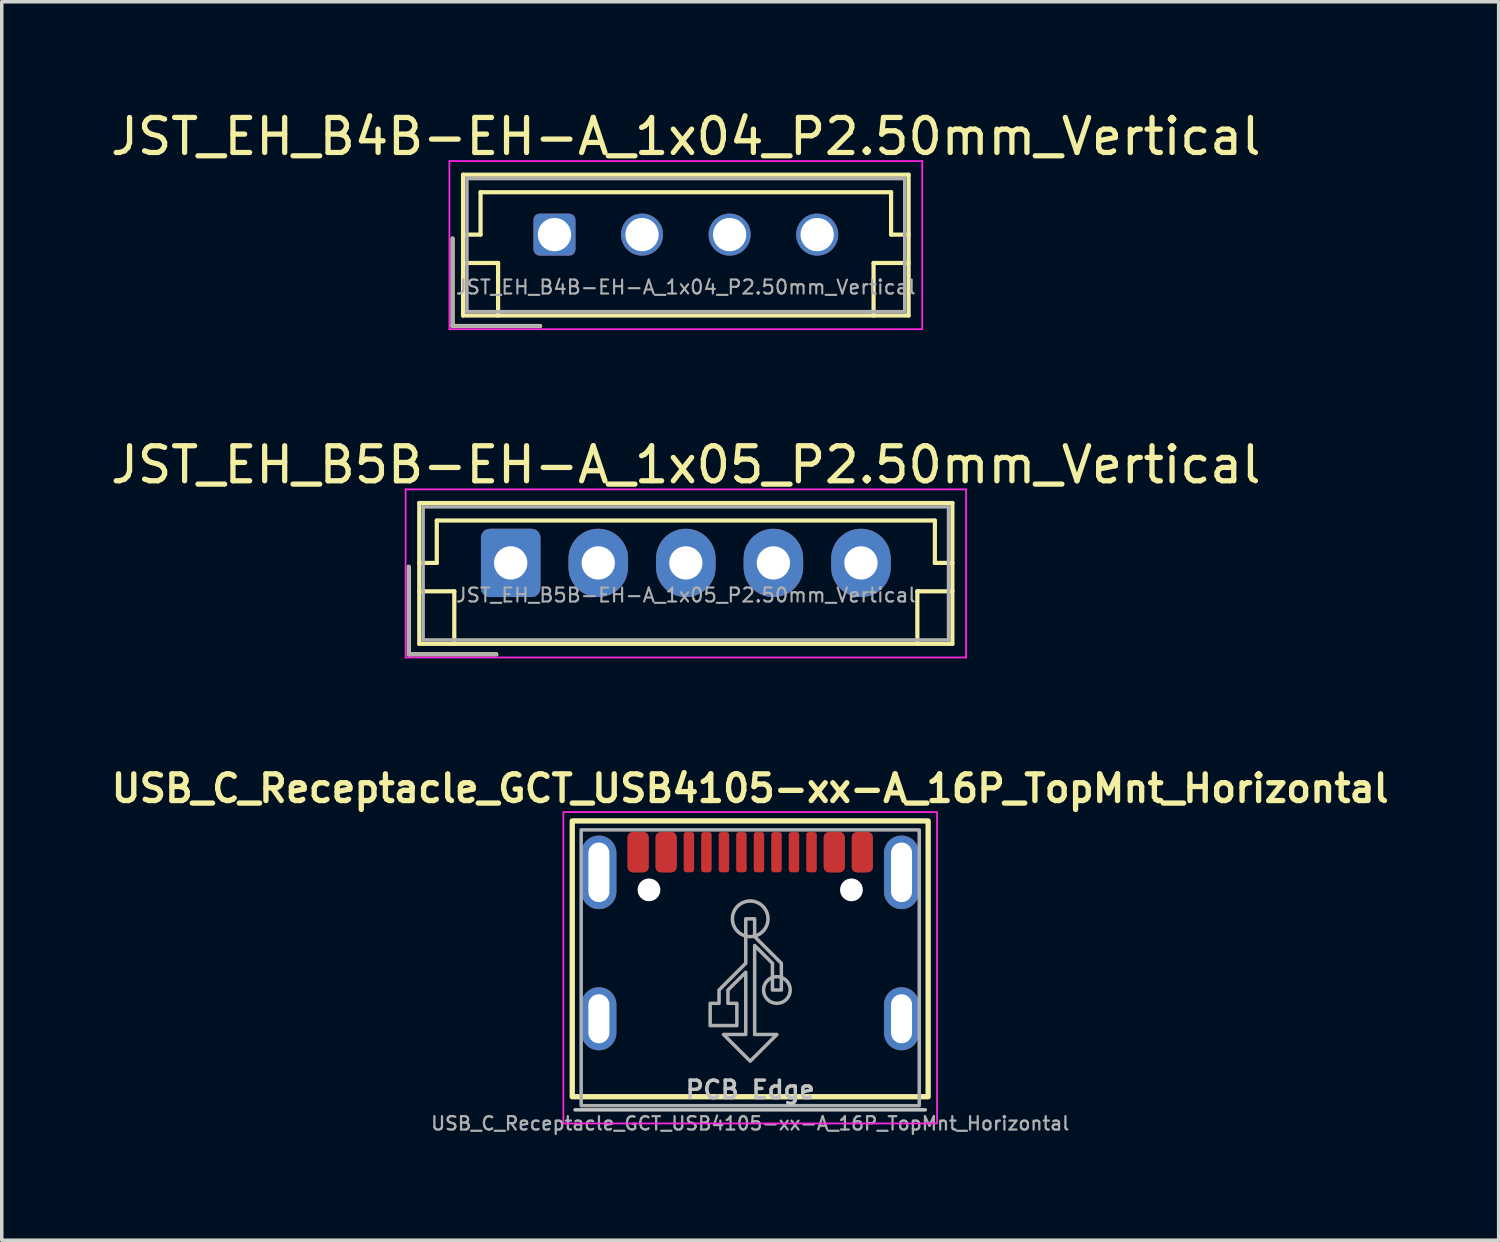
<source format=kicad_pcb>
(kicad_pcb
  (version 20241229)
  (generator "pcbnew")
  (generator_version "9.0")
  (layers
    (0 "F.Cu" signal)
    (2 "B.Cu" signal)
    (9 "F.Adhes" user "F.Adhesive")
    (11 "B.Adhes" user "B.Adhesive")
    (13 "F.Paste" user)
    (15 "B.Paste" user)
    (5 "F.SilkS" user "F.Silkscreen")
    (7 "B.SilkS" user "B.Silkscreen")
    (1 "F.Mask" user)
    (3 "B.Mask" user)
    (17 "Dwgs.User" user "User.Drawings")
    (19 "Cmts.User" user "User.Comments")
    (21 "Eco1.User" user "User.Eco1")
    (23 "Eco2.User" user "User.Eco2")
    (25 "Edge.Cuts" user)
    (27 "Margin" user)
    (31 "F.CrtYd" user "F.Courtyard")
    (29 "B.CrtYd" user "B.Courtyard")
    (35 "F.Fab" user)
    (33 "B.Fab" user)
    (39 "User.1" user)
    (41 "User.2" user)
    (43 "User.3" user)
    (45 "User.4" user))
  (footprint "JST_EH_B5B-EH-A_1x05_P2.50mm_Vertical"
    (layer "F.Cu")
    (at 11.53 13.021)
    (property "Reference" "JST_EH_B5B-EH-A_1x05_P2.50mm_Vertical" (at 5 -2.8 0) (layer "F.SilkS") (effects (font (size 1 1) (thickness 0.15))))
    (attr through_hole)
    (fp_line (start -2.91 0.11) (end -2.91 2.61) (stroke (width 0.12) (type solid)) (layer "F.SilkS"))
    (fp_line (start -2.91 2.61) (end -0.41 2.61) (stroke (width 0.12) (type solid)) (layer "F.SilkS"))
    (fp_line (start -2.61 -1.71) (end -2.61 2.31) (stroke (width 0.12) (type solid)) (layer "F.SilkS"))
    (fp_line (start -2.61 0) (end -2.11 0) (stroke (width 0.12) (type solid)) (layer "F.SilkS"))
    (fp_line (start -2.61 0.81) (end -1.61 0.81) (stroke (width 0.12) (type solid)) (layer "F.SilkS"))
    (fp_line (start -2.61 2.31) (end 12.61 2.31) (stroke (width 0.12) (type solid)) (layer "F.SilkS"))
    (fp_line (start -2.11 -1.21) (end 12.11 -1.21) (stroke (width 0.12) (type solid)) (layer "F.SilkS"))
    (fp_line (start -2.11 0) (end -2.11 -1.21) (stroke (width 0.12) (type solid)) (layer "F.SilkS"))
    (fp_line (start -1.61 0.81) (end -1.61 2.31) (stroke (width 0.12) (type solid)) (layer "F.SilkS"))
    (fp_line (start 11.61 0.81) (end 11.61 2.31) (stroke (width 0.12) (type solid)) (layer "F.SilkS"))
    (fp_line (start 12.11 -1.21) (end 12.11 0) (stroke (width 0.12) (type solid)) (layer "F.SilkS"))
    (fp_line (start 12.11 0) (end 12.61 0) (stroke (width 0.12) (type solid)) (layer "F.SilkS"))
    (fp_line (start 12.61 -1.71) (end -2.61 -1.71) (stroke (width 0.12) (type solid)) (layer "F.SilkS"))
    (fp_line (start 12.61 0.81) (end 11.61 0.81) (stroke (width 0.12) (type solid)) (layer "F.SilkS"))
    (fp_line (start 12.61 2.31) (end 12.61 -1.71) (stroke (width 0.12) (type solid)) (layer "F.SilkS"))
    (fp_line (start -3 -2.1) (end -3 2.7) (stroke (width 0.05) (type solid)) (layer "F.CrtYd"))
    (fp_line (start -3 2.7) (end 13 2.7) (stroke (width 0.05) (type solid)) (layer "F.CrtYd"))
    (fp_line (start 13 -2.1) (end -3 -2.1) (stroke (width 0.05) (type solid)) (layer "F.CrtYd"))
    (fp_line (start 13 2.7) (end 13 -2.1) (stroke (width 0.05) (type solid)) (layer "F.CrtYd"))
    (fp_line (start -2.91 0.11) (end -2.91 2.61) (stroke (width 0.1) (type solid)) (layer "F.Fab"))
    (fp_line (start -2.91 2.61) (end -0.41 2.61) (stroke (width 0.1) (type solid)) (layer "F.Fab"))
    (fp_line (start -2.5 -1.6) (end -2.5 2.2) (stroke (width 0.1) (type solid)) (layer "F.Fab"))
    (fp_line (start -2.5 2.2) (end 12.5 2.2) (stroke (width 0.1) (type solid)) (layer "F.Fab"))
    (fp_line (start 12.5 -1.6) (end -2.5 -1.6) (stroke (width 0.1) (type solid)) (layer "F.Fab"))
    (fp_line (start 12.5 2.2) (end 12.5 -1.6) (stroke (width 0.1) (type solid)) (layer "F.Fab"))
    (fp_text user "${REFERENCE}" (at 5 0.92 0) (layer "F.Fab") (effects (font (size 0.4 0.4) (thickness 0.06))))
    (pad "1" thru_hole roundrect (at 0 0) (size 1.7 1.95) (drill 0.95) (layers "*.Cu" "*.Mask") (roundrect_rratio 0.147))
    (pad "2" thru_hole oval (at 2.5 0) (size 1.7 1.95) (drill 0.95) (layers "*.Cu" "*.Mask"))
    (pad "3" thru_hole oval (at 5 0) (size 1.7 1.95) (drill 0.95) (layers "*.Cu" "*.Mask"))
    (pad "4" thru_hole oval (at 7.5 0) (size 1.7 1.95) (drill 0.95) (layers "*.Cu" "*.Mask"))
    (pad "5" thru_hole oval (at 10 0) (size 1.7 1.95) (drill 0.95) (layers "*.Cu" "*.Mask")))
  (footprint "JST_EH_B4B-EH-A_1x04_P2.50mm_Vertical"
    (layer "F.Cu")
    (at 12.78 3.648)
    (property "Reference" "JST_EH_B4B-EH-A_1x04_P2.50mm_Vertical" (at 3.75 -2.8 0) (layer "F.SilkS") (effects (font (size 1 1) (thickness 0.15))))
    (attr through_hole)
    (fp_line (start -2.91 0.11) (end -2.91 2.61) (stroke (width 0.12) (type solid)) (layer "F.SilkS"))
    (fp_line (start -2.91 2.61) (end -0.41 2.61) (stroke (width 0.12) (type solid)) (layer "F.SilkS"))
    (fp_line (start -2.61 -1.71) (end -2.61 2.31) (stroke (width 0.12) (type solid)) (layer "F.SilkS"))
    (fp_line (start -2.61 0) (end -2.11 0) (stroke (width 0.12) (type solid)) (layer "F.SilkS"))
    (fp_line (start -2.61 0.81) (end -1.61 0.81) (stroke (width 0.12) (type solid)) (layer "F.SilkS"))
    (fp_line (start -2.61 2.31) (end 10.11 2.31) (stroke (width 0.12) (type solid)) (layer "F.SilkS"))
    (fp_line (start -2.11 -1.21) (end 9.61 -1.21) (stroke (width 0.12) (type solid)) (layer "F.SilkS"))
    (fp_line (start -2.11 0) (end -2.11 -1.21) (stroke (width 0.12) (type solid)) (layer "F.SilkS"))
    (fp_line (start -1.61 0.81) (end -1.61 2.31) (stroke (width 0.12) (type solid)) (layer "F.SilkS"))
    (fp_line (start 9.11 0.81) (end 9.11 2.31) (stroke (width 0.12) (type solid)) (layer "F.SilkS"))
    (fp_line (start 9.61 -1.21) (end 9.61 0) (stroke (width 0.12) (type solid)) (layer "F.SilkS"))
    (fp_line (start 9.61 0) (end 10.11 0) (stroke (width 0.12) (type solid)) (layer "F.SilkS"))
    (fp_line (start 10.11 -1.71) (end -2.61 -1.71) (stroke (width 0.12) (type solid)) (layer "F.SilkS"))
    (fp_line (start 10.11 0.81) (end 9.11 0.81) (stroke (width 0.12) (type solid)) (layer "F.SilkS"))
    (fp_line (start 10.11 2.31) (end 10.11 -1.71) (stroke (width 0.12) (type solid)) (layer "F.SilkS"))
    (fp_line (start -3 -2.1) (end -3 2.7) (stroke (width 0.05) (type solid)) (layer "F.CrtYd"))
    (fp_line (start -3 2.7) (end 10.5 2.7) (stroke (width 0.05) (type solid)) (layer "F.CrtYd"))
    (fp_line (start 10.5 -2.1) (end -3 -2.1) (stroke (width 0.05) (type solid)) (layer "F.CrtYd"))
    (fp_line (start 10.5 2.7) (end 10.5 -2.1) (stroke (width 0.05) (type solid)) (layer "F.CrtYd"))
    (fp_line (start -2.91 0.11) (end -2.91 2.61) (stroke (width 0.1) (type solid)) (layer "F.Fab"))
    (fp_line (start -2.91 2.61) (end -0.41 2.61) (stroke (width 0.1) (type solid)) (layer "F.Fab"))
    (fp_line (start -2.5 -1.6) (end -2.5 2.2) (stroke (width 0.1) (type solid)) (layer "F.Fab"))
    (fp_line (start -2.5 2.2) (end 10 2.2) (stroke (width 0.1) (type solid)) (layer "F.Fab"))
    (fp_line (start 10 -1.6) (end -2.5 -1.6) (stroke (width 0.1) (type solid)) (layer "F.Fab"))
    (fp_line (start 10 2.2) (end 10 -1.6) (stroke (width 0.1) (type solid)) (layer "F.Fab"))
    (fp_text user "${REFERENCE}" (at 3.75 1.5 0) (layer "F.Fab") (effects (font (size 0.4 0.4) (thickness 0.06))))
    (pad "1" thru_hole roundrect (at 0 0) (size 1.2 1.2) (drill 0.95) (layers "*.Cu" "*.Mask") (roundrect_rratio 0.147))
    (pad "2" thru_hole oval (at 2.5 0) (size 1.2 1.2) (drill 0.95) (layers "*.Cu" "*.Mask"))
    (pad "3" thru_hole oval (at 5 0) (size 1.2 1.2) (drill 0.95) (layers "*.Cu" "*.Mask"))
    (pad "4" thru_hole oval (at 7.5 0) (size 1.2 1.2) (drill 0.95) (layers "*.Cu" "*.Mask")))
  (footprint "USB_C_Receptacle_GCT_USB4105-xx-A_16P_TopMnt_Horizontal"
    (layer "F.Cu")
    (at 18.368 24.96)
    (property "Reference" "USB_C_Receptacle_GCT_USB4105-xx-A_16P_TopMnt_Horizontal" (at 0 -5.5 0) (unlocked yes) (layer "F.SilkS") (effects (font (size 0.762 0.762) (thickness 0.152) (bold yes))))
    (attr smd)
    (fp_rect (start -5.08 -4.572) (end 5.08 3.302) (stroke (width 0.152) (type default)) (fill no) (layer "F.SilkS"))
    (fp_line (start 5 3.675) (end -5 3.675) (stroke (width 0.1) (type solid)) (layer "Dwgs.User"))
    (fp_rect (start -5.334 -4.826) (end 5.334 4.064) (stroke (width 0.05) (type default)) (fill no) (layer "F.CrtYd"))
    (fp_rect (start -4.826 -4.318) (end 4.826 3.556) (stroke (width 0.1) (type default)) (fill no) (layer "F.Fab"))
    (fp_circle (center 0 -1.778) (end -0.508 -1.778) (stroke (width 0.1) (type solid)) (fill no) (layer "F.Fab"))
    (fp_circle (center 0.762 0.254) (end 0.762 0.635) (stroke (width 0.1) (type solid)) (fill no) (layer "F.Fab"))
    (fp_poly (pts (xy 0 2.286) (xy -0.762 1.524) (xy -0.127 1.524) (xy -0.127 -0.254) (xy -0.635 0.254) (xy -0.635 0.635) (xy -0.381 0.635) (xy -0.381 1.27) (xy -1.143 1.27) (xy -1.143 0.635) (xy -0.889 0.635) (xy -0.889 0.254) (xy -0.127 -0.508) (xy -0.127 -0.635) (xy -0.127 -1.778) (xy 0.127 -1.778) (xy 0.127 -1.27) (xy 0.889 -0.508) (xy 0.889 0.254) (xy 0.635 0.254) (xy 0.635 -0.508) (xy 0.127 -1.016) (xy 0.127 1.524) (xy 0.762 1.524)) (stroke (width 0.1) (type solid)) (fill no) (layer "F.Fab"))
    (fp_text user "PCB Edge" (at 0 3.1 0) (unlocked yes) (layer "Dwgs.User") (effects (font (size 0.5 0.5) (thickness 0.1))))
    (fp_text user "${REFERENCE}" (at 0 4.064 0) (unlocked yes) (layer "F.Fab") (effects (font (size 0.381 0.381) (thickness 0.064) (bold yes))))
    (pad "" np_thru_hole circle (at -2.89 -2.605) (size 0.65 0.65) (drill 0.65) (layers "*.Cu" "*.Mask"))
    (pad "" np_thru_hole circle (at 2.89 -2.605) (size 0.65 0.65) (drill 0.65) (layers "*.Cu" "*.Mask"))
    (pad "A1" smd roundrect (at -3.2 -3.68) (size 0.6 1.15) (layers "F.Cu" "F.Mask" "F.Paste") (roundrect_rratio 0.25))
    (pad "A4" smd roundrect (at -2.4 -3.68) (size 0.6 1.15) (layers "F.Cu" "F.Mask" "F.Paste") (roundrect_rratio 0.25))
    (pad "A5" smd roundrect (at -1.25 -3.68) (size 0.3 1.15) (layers "F.Cu" "F.Mask" "F.Paste") (roundrect_rratio 0.25))
    (pad "A6" smd roundrect (at -0.25 -3.68) (size 0.3 1.15) (layers "F.Cu" "F.Mask" "F.Paste") (roundrect_rratio 0.25))
    (pad "A7" smd roundrect (at 0.25 -3.68) (size 0.3 1.15) (layers "F.Cu" "F.Mask" "F.Paste") (roundrect_rratio 0.25))
    (pad "A8" smd roundrect (at 1.25 -3.68) (size 0.3 1.15) (layers "F.Cu" "F.Mask" "F.Paste") (roundrect_rratio 0.25))
    (pad "A9" smd roundrect (at 2.4 -3.68) (size 0.6 1.15) (layers "F.Cu" "F.Mask" "F.Paste") (roundrect_rratio 0.25))
    (pad "A12" smd roundrect (at 3.2 -3.68) (size 0.6 1.15) (layers "F.Cu" "F.Mask" "F.Paste") (roundrect_rratio 0.25))
    (pad "B1" smd roundrect (at 3.2 -3.68) (size 0.6 1.15) (layers "F.Cu" "F.Mask" "F.Paste") (roundrect_rratio 0.25))
    (pad "B4" smd roundrect (at 2.4 -3.68) (size 0.6 1.15) (layers "F.Cu" "F.Mask" "F.Paste") (roundrect_rratio 0.25))
    (pad "B5" smd roundrect (at 1.75 -3.68) (size 0.3 1.15) (layers "F.Cu" "F.Mask" "F.Paste") (roundrect_rratio 0.25))
    (pad "B6" smd roundrect (at 0.75 -3.68) (size 0.3 1.15) (layers "F.Cu" "F.Mask" "F.Paste") (roundrect_rratio 0.25))
    (pad "B7" smd roundrect (at -0.75 -3.68) (size 0.3 1.15) (layers "F.Cu" "F.Mask" "F.Paste") (roundrect_rratio 0.25))
    (pad "B8" smd roundrect (at -1.75 -3.68) (size 0.3 1.15) (layers "F.Cu" "F.Mask" "F.Paste") (roundrect_rratio 0.25))
    (pad "B9" smd roundrect (at -2.4 -3.68) (size 0.6 1.15) (layers "F.Cu" "F.Mask" "F.Paste") (roundrect_rratio 0.25))
    (pad "B12" smd roundrect (at -3.2 -3.68) (size 0.6 1.15) (layers "F.Cu" "F.Mask" "F.Paste") (roundrect_rratio 0.25))
    (pad "S1" thru_hole oval (at -4.32 -3.105) (size 1 2.1) (drill oval 0.6 1.7) (layers "*.Cu" "*.Mask" "F.Paste"))
    (pad "S1" thru_hole oval (at -4.32 1.075) (size 1 1.8) (drill oval 0.6 1.4) (layers "*.Cu" "*.Mask" "F.Paste"))
    (pad "S1" thru_hole oval (at 4.32 -3.105) (size 1 2.1) (drill oval 0.6 1.7) (layers "*.Cu" "*.Mask" "F.Paste"))
    (pad "S1" thru_hole oval (at 4.32 1.075) (size 1 1.8) (drill oval 0.6 1.4) (layers "*.Cu" "*.Mask" "F.Paste")))
  (gr_rect
    (start -3 -3)
    (end 39.736 32.358)
    (stroke (width 0.1) (type default))
    (fill no)
    (layer "Edge.Cuts")))
</source>
